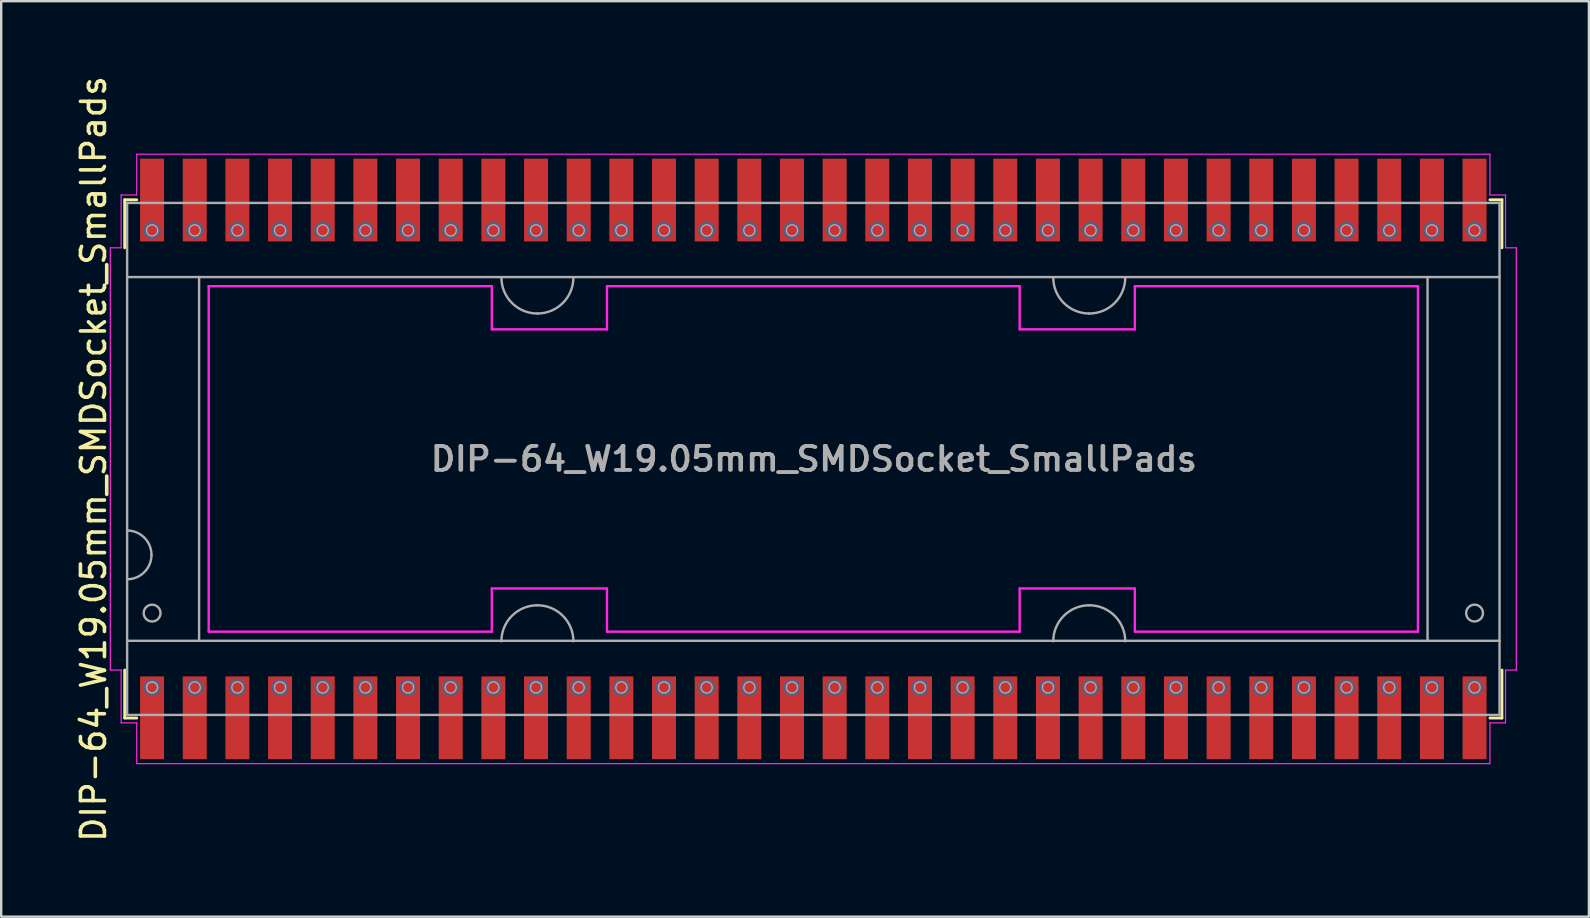
<source format=kicad_pcb>
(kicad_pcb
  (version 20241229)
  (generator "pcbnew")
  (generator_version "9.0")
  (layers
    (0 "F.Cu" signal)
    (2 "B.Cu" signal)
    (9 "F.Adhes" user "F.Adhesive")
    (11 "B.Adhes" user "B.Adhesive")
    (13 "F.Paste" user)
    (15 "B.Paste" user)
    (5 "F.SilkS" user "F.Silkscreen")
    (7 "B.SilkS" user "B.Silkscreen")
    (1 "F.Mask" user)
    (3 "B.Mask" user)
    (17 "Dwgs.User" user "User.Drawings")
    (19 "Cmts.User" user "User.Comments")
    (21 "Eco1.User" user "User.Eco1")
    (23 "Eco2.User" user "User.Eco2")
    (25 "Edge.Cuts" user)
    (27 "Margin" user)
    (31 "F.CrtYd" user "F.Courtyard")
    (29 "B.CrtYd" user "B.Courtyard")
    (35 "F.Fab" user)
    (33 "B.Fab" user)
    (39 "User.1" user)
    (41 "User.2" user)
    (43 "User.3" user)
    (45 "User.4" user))
  (footprint "DIP-64_W19.05mm_SMDSocket_SmallPads"
    (layer "F.Cu")
    (at 30.848 16.077)
    (property "Reference" "DIP-64_W19.05mm_SMDSocket_SmallPads" (at -30 0 270) (layer "F.SilkS") (effects (font (size 1 1) (thickness 0.15))))
    (attr smd)
    (fp_line (start -28.7 -10.8) (end -28.2 -10.8) (stroke (width 0.12) (type solid)) (layer "F.SilkS"))
    (fp_line (start -28.7 -8.8) (end -28.7 -10.8) (stroke (width 0.12) (type solid)) (layer "F.SilkS"))
    (fp_line (start -28.7 8.8) (end -28.7 10.8) (stroke (width 0.12) (type solid)) (layer "F.SilkS"))
    (fp_line (start -28.7 10.8) (end -28.2 10.8) (stroke (width 0.12) (type solid)) (layer "F.SilkS"))
    (fp_line (start 28.7 -10.8) (end 28.2 -10.8) (stroke (width 0.12) (type solid)) (layer "F.SilkS"))
    (fp_line (start 28.7 -8.8) (end 28.7 -10.8) (stroke (width 0.12) (type solid)) (layer "F.SilkS"))
    (fp_line (start 28.7 8.8) (end 28.7 10.8) (stroke (width 0.12) (type solid)) (layer "F.SilkS"))
    (fp_line (start 28.7 10.8) (end 28.2 10.8) (stroke (width 0.12) (type solid)) (layer "F.SilkS"))
    (fp_line (start -29 -8.5) (end 29 -8.5) (stroke (width 0.05) (type solid)) (layer "Eco1.User"))
    (fp_line (start -29 8.5) (end -29 -8.5) (stroke (width 0.05) (type solid)) (layer "Eco1.User"))
    (fp_line (start -27.559 9.065) (end -27.559 9.525) (stroke (width 0.05) (type solid)) (layer "Eco1.User"))
    (fp_line (start -27.559 11.785) (end -27.559 9.525) (stroke (width 0.1) (type solid)) (layer "Eco1.User"))
    (fp_line (start 29 -8.5) (end 29 8.5) (stroke (width 0.05) (type solid)) (layer "Eco1.User"))
    (fp_line (start 29 8.5) (end -29 8.5) (stroke (width 0.05) (type solid)) (layer "Eco1.User"))
    (fp_line (start -29.3 -8.8) (end -29.3 8.8) (stroke (width 0.05) (type solid)) (layer "F.CrtYd"))
    (fp_line (start -28.85 -11) (end -28.2 -11) (stroke (width 0.05) (type solid)) (layer "F.CrtYd"))
    (fp_line (start -28.85 -8.8) (end -29.3 -8.8) (stroke (width 0.05) (type solid)) (layer "F.CrtYd"))
    (fp_line (start -28.85 -8.8) (end -28.85 -11) (stroke (width 0.05) (type solid)) (layer "F.CrtYd"))
    (fp_line (start -28.85 8.8) (end -29.3 8.8) (stroke (width 0.05) (type solid)) (layer "F.CrtYd"))
    (fp_line (start -28.85 8.8) (end -28.85 11) (stroke (width 0.05) (type solid)) (layer "F.CrtYd"))
    (fp_line (start -28.85 11) (end -28.2 11) (stroke (width 0.05) (type solid)) (layer "F.CrtYd"))
    (fp_line (start -28.2 -12.7) (end -28.2 -11) (stroke (width 0.05) (type solid)) (layer "F.CrtYd"))
    (fp_line (start -28.2 -12.7) (end 0 -12.7) (stroke (width 0.05) (type solid)) (layer "F.CrtYd"))
    (fp_line (start -28.2 12.7) (end -28.2 11) (stroke (width 0.05) (type solid)) (layer "F.CrtYd"))
    (fp_line (start -28.2 12.7) (end 0 12.7) (stroke (width 0.05) (type solid)) (layer "F.CrtYd"))
    (fp_line (start -25.2 -7.2) (end -13.4 -7.2) (stroke (width 0.1) (type solid)) (layer "F.CrtYd"))
    (fp_line (start -25.2 7.2) (end -25.2 -7.2) (stroke (width 0.1) (type solid)) (layer "F.CrtYd"))
    (fp_line (start -13.4 -7.2) (end -13.4 -5.4) (stroke (width 0.1) (type solid)) (layer "F.CrtYd"))
    (fp_line (start -13.4 -5.4) (end -8.6 -5.4) (stroke (width 0.1) (type solid)) (layer "F.CrtYd"))
    (fp_line (start -13.4 5.4) (end -13.4 7.2) (stroke (width 0.1) (type solid)) (layer "F.CrtYd"))
    (fp_line (start -13.4 7.2) (end -25.2 7.2) (stroke (width 0.1) (type solid)) (layer "F.CrtYd"))
    (fp_line (start -8.6 -7.2) (end 8.6 -7.2) (stroke (width 0.1) (type solid)) (layer "F.CrtYd"))
    (fp_line (start -8.6 -5.4) (end -8.6 -7.2) (stroke (width 0.1) (type solid)) (layer "F.CrtYd"))
    (fp_line (start -8.6 5.4) (end -13.4 5.4) (stroke (width 0.1) (type solid)) (layer "F.CrtYd"))
    (fp_line (start -8.6 7.2) (end -8.6 5.4) (stroke (width 0.1) (type solid)) (layer "F.CrtYd"))
    (fp_line (start 8.6 -7.2) (end 8.6 -5.4) (stroke (width 0.1) (type solid)) (layer "F.CrtYd"))
    (fp_line (start 8.6 -5.4) (end 13.4 -5.4) (stroke (width 0.1) (type solid)) (layer "F.CrtYd"))
    (fp_line (start 8.6 5.4) (end 8.6 7.2) (stroke (width 0.1) (type solid)) (layer "F.CrtYd"))
    (fp_line (start 8.6 5.4) (end 13.4 5.4) (stroke (width 0.1) (type solid)) (layer "F.CrtYd"))
    (fp_line (start 8.6 7.2) (end -8.6 7.2) (stroke (width 0.1) (type solid)) (layer "F.CrtYd"))
    (fp_line (start 13.4 -7.2) (end 25.2 -7.2) (stroke (width 0.1) (type solid)) (layer "F.CrtYd"))
    (fp_line (start 13.4 -5.4) (end 13.4 -7.2) (stroke (width 0.1) (type solid)) (layer "F.CrtYd"))
    (fp_line (start 13.4 7.2) (end 13.4 5.4) (stroke (width 0.1) (type solid)) (layer "F.CrtYd"))
    (fp_line (start 25.2 -7.2) (end 25.2 7.2) (stroke (width 0.1) (type solid)) (layer "F.CrtYd"))
    (fp_line (start 25.2 7.2) (end 13.4 7.2) (stroke (width 0.1) (type solid)) (layer "F.CrtYd"))
    (fp_line (start 28.2 -12.7) (end 0 -12.7) (stroke (width 0.05) (type solid)) (layer "F.CrtYd"))
    (fp_line (start 28.2 -12.7) (end 28.2 -11) (stroke (width 0.05) (type solid)) (layer "F.CrtYd"))
    (fp_line (start 28.2 12.7) (end 0 12.7) (stroke (width 0.05) (type solid)) (layer "F.CrtYd"))
    (fp_line (start 28.2 12.7) (end 28.2 11) (stroke (width 0.05) (type solid)) (layer "F.CrtYd"))
    (fp_line (start 28.85 -11) (end 28.2 -11) (stroke (width 0.05) (type solid)) (layer "F.CrtYd"))
    (fp_line (start 28.85 -8.8) (end 28.85 -11) (stroke (width 0.05) (type solid)) (layer "F.CrtYd"))
    (fp_line (start 28.85 -8.8) (end 29.3 -8.8) (stroke (width 0.05) (type solid)) (layer "F.CrtYd"))
    (fp_line (start 28.85 8.8) (end 28.85 11) (stroke (width 0.05) (type solid)) (layer "F.CrtYd"))
    (fp_line (start 28.85 8.8) (end 29.3 8.8) (stroke (width 0.05) (type solid)) (layer "F.CrtYd"))
    (fp_line (start 28.85 11) (end 28.2 11) (stroke (width 0.05) (type solid)) (layer "F.CrtYd"))
    (fp_line (start 29.3 8.8) (end 29.3 -8.8) (stroke (width 0.05) (type solid)) (layer "F.CrtYd"))
    (fp_circle (center -27.559 -9.525) (end -27.249 -9.525) (stroke (width 0.1) (type solid)) (fill no) (layer "B.Fab"))
    (fp_circle (center -27.559 9.525) (end -27.249 9.525) (stroke (width 0.1) (type solid)) (fill no) (layer "B.Fab"))
    (fp_circle (center -25.781 -9.525) (end -25.471 -9.525) (stroke (width 0.1) (type solid)) (fill no) (layer "B.Fab"))
    (fp_circle (center -25.781 9.525) (end -25.471 9.525) (stroke (width 0.1) (type solid)) (fill no) (layer "B.Fab"))
    (fp_circle (center -24.003 -9.525) (end -23.693 -9.525) (stroke (width 0.1) (type solid)) (fill no) (layer "B.Fab"))
    (fp_circle (center -24.003 9.525) (end -23.693 9.525) (stroke (width 0.1) (type solid)) (fill no) (layer "B.Fab"))
    (fp_circle (center -22.225 -9.525) (end -21.915 -9.525) (stroke (width 0.1) (type solid)) (fill no) (layer "B.Fab"))
    (fp_circle (center -22.225 9.525) (end -21.915 9.525) (stroke (width 0.1) (type solid)) (fill no) (layer "B.Fab"))
    (fp_circle (center -20.447 -9.525) (end -20.137 -9.525) (stroke (width 0.1) (type solid)) (fill no) (layer "B.Fab"))
    (fp_circle (center -20.447 9.525) (end -20.137 9.525) (stroke (width 0.1) (type solid)) (fill no) (layer "B.Fab"))
    (fp_circle (center -18.669 -9.525) (end -18.359 -9.525) (stroke (width 0.1) (type solid)) (fill no) (layer "B.Fab"))
    (fp_circle (center -18.669 9.525) (end -18.359 9.525) (stroke (width 0.1) (type solid)) (fill no) (layer "B.Fab"))
    (fp_circle (center -16.891 -9.525) (end -16.581 -9.525) (stroke (width 0.1) (type solid)) (fill no) (layer "B.Fab"))
    (fp_circle (center -16.891 9.525) (end -16.581 9.525) (stroke (width 0.1) (type solid)) (fill no) (layer "B.Fab"))
    (fp_circle (center -15.113 -9.525) (end -14.803 -9.525) (stroke (width 0.1) (type solid)) (fill no) (layer "B.Fab"))
    (fp_circle (center -15.113 9.525) (end -14.803 9.525) (stroke (width 0.1) (type solid)) (fill no) (layer "B.Fab"))
    (fp_circle (center -13.335 -9.525) (end -13.025 -9.525) (stroke (width 0.1) (type solid)) (fill no) (layer "B.Fab"))
    (fp_circle (center -13.335 9.525) (end -13.025 9.525) (stroke (width 0.1) (type solid)) (fill no) (layer "B.Fab"))
    (fp_circle (center -11.557 -9.525) (end -11.247 -9.525) (stroke (width 0.1) (type solid)) (fill no) (layer "B.Fab"))
    (fp_circle (center -11.557 9.525) (end -11.247 9.525) (stroke (width 0.1) (type solid)) (fill no) (layer "B.Fab"))
    (fp_circle (center -9.779 -9.525) (end -9.469 -9.525) (stroke (width 0.1) (type solid)) (fill no) (layer "B.Fab"))
    (fp_circle (center -9.779 9.525) (end -9.469 9.525) (stroke (width 0.1) (type solid)) (fill no) (layer "B.Fab"))
    (fp_circle (center -8.001 -9.525) (end -7.691 -9.525) (stroke (width 0.1) (type solid)) (fill no) (layer "B.Fab"))
    (fp_circle (center -8.001 9.525) (end -7.691 9.525) (stroke (width 0.1) (type solid)) (fill no) (layer "B.Fab"))
    (fp_circle (center -6.223 -9.525) (end -5.913 -9.525) (stroke (width 0.1) (type solid)) (fill no) (layer "B.Fab"))
    (fp_circle (center -6.223 9.525) (end -5.913 9.525) (stroke (width 0.1) (type solid)) (fill no) (layer "B.Fab"))
    (fp_circle (center -4.445 -9.525) (end -4.135 -9.525) (stroke (width 0.1) (type solid)) (fill no) (layer "B.Fab"))
    (fp_circle (center -4.445 9.525) (end -4.135 9.525) (stroke (width 0.1) (type solid)) (fill no) (layer "B.Fab"))
    (fp_circle (center -2.667 -9.525) (end -2.357 -9.525) (stroke (width 0.1) (type solid)) (fill no) (layer "B.Fab"))
    (fp_circle (center -2.667 9.525) (end -2.357 9.525) (stroke (width 0.1) (type solid)) (fill no) (layer "B.Fab"))
    (fp_circle (center -0.889 -9.525) (end -0.579 -9.525) (stroke (width 0.1) (type solid)) (fill no) (layer "B.Fab"))
    (fp_circle (center -0.889 9.525) (end -0.579 9.525) (stroke (width 0.1) (type solid)) (fill no) (layer "B.Fab"))
    (fp_circle (center 0.889 -9.525) (end 1.199 -9.525) (stroke (width 0.1) (type solid)) (fill no) (layer "B.Fab"))
    (fp_circle (center 0.889 9.525) (end 1.199 9.525) (stroke (width 0.1) (type solid)) (fill no) (layer "B.Fab"))
    (fp_circle (center 2.667 -9.525) (end 2.977 -9.525) (stroke (width 0.1) (type solid)) (fill no) (layer "B.Fab"))
    (fp_circle (center 2.667 9.525) (end 2.977 9.525) (stroke (width 0.1) (type solid)) (fill no) (layer "B.Fab"))
    (fp_circle (center 4.445 -9.525) (end 4.755 -9.525) (stroke (width 0.1) (type solid)) (fill no) (layer "B.Fab"))
    (fp_circle (center 4.445 9.525) (end 4.755 9.525) (stroke (width 0.1) (type solid)) (fill no) (layer "B.Fab"))
    (fp_circle (center 6.223 -9.525) (end 6.533 -9.525) (stroke (width 0.1) (type solid)) (fill no) (layer "B.Fab"))
    (fp_circle (center 6.223 9.525) (end 6.533 9.525) (stroke (width 0.1) (type solid)) (fill no) (layer "B.Fab"))
    (fp_circle (center 8.001 -9.525) (end 8.311 -9.525) (stroke (width 0.1) (type solid)) (fill no) (layer "B.Fab"))
    (fp_circle (center 8.001 9.525) (end 8.311 9.525) (stroke (width 0.1) (type solid)) (fill no) (layer "B.Fab"))
    (fp_circle (center 9.779 -9.525) (end 10.089 -9.525) (stroke (width 0.1) (type solid)) (fill no) (layer "B.Fab"))
    (fp_circle (center 9.779 9.525) (end 10.089 9.525) (stroke (width 0.1) (type solid)) (fill no) (layer "B.Fab"))
    (fp_circle (center 11.557 -9.525) (end 11.867 -9.525) (stroke (width 0.1) (type solid)) (fill no) (layer "B.Fab"))
    (fp_circle (center 11.557 9.525) (end 11.867 9.525) (stroke (width 0.1) (type solid)) (fill no) (layer "B.Fab"))
    (fp_circle (center 13.335 -9.525) (end 13.645 -9.525) (stroke (width 0.1) (type solid)) (fill no) (layer "B.Fab"))
    (fp_circle (center 13.335 9.525) (end 13.645 9.525) (stroke (width 0.1) (type solid)) (fill no) (layer "B.Fab"))
    (fp_circle (center 15.113 -9.525) (end 15.423 -9.525) (stroke (width 0.1) (type solid)) (fill no) (layer "B.Fab"))
    (fp_circle (center 15.113 9.525) (end 15.423 9.525) (stroke (width 0.1) (type solid)) (fill no) (layer "B.Fab"))
    (fp_circle (center 16.891 -9.525) (end 17.201 -9.525) (stroke (width 0.1) (type solid)) (fill no) (layer "B.Fab"))
    (fp_circle (center 16.891 9.525) (end 17.201 9.525) (stroke (width 0.1) (type solid)) (fill no) (layer "B.Fab"))
    (fp_circle (center 18.669 -9.525) (end 18.979 -9.525) (stroke (width 0.1) (type solid)) (fill no) (layer "B.Fab"))
    (fp_circle (center 18.669 9.525) (end 18.979 9.525) (stroke (width 0.1) (type solid)) (fill no) (layer "B.Fab"))
    (fp_circle (center 20.447 -9.525) (end 20.757 -9.525) (stroke (width 0.1) (type solid)) (fill no) (layer "B.Fab"))
    (fp_circle (center 20.447 9.525) (end 20.757 9.525) (stroke (width 0.1) (type solid)) (fill no) (layer "B.Fab"))
    (fp_circle (center 22.225 -9.525) (end 22.535 -9.525) (stroke (width 0.1) (type solid)) (fill no) (layer "B.Fab"))
    (fp_circle (center 22.225 9.525) (end 22.535 9.525) (stroke (width 0.1) (type solid)) (fill no) (layer "B.Fab"))
    (fp_circle (center 24.003 -9.525) (end 24.313 -9.525) (stroke (width 0.1) (type solid)) (fill no) (layer "B.Fab"))
    (fp_circle (center 24.003 9.525) (end 24.313 9.525) (stroke (width 0.1) (type solid)) (fill no) (layer "B.Fab"))
    (fp_circle (center 25.781 -9.525) (end 26.091 -9.525) (stroke (width 0.1) (type solid)) (fill no) (layer "B.Fab"))
    (fp_circle (center 25.781 9.525) (end 26.091 9.525) (stroke (width 0.1) (type solid)) (fill no) (layer "B.Fab"))
    (fp_circle (center 27.559 -9.525) (end 27.869 -9.525) (stroke (width 0.1) (type solid)) (fill no) (layer "B.Fab"))
    (fp_circle (center 27.559 9.525) (end 27.869 9.525) (stroke (width 0.1) (type solid)) (fill no) (layer "B.Fab"))
    (fp_line (start -28.6 -10.67) (end 28.6 -10.67) (stroke (width 0.1) (type solid)) (layer "F.Fab"))
    (fp_line (start -28.6 -7.58) (end -25.6 -7.58) (stroke (width 0.1) (type solid)) (layer "F.Fab"))
    (fp_line (start -28.6 10.67) (end -28.6 -10.67) (stroke (width 0.1) (type solid)) (layer "F.Fab"))
    (fp_line (start -25.6 -7.58) (end 28.6 -7.58) (stroke (width 0.1) (type solid)) (layer "F.Fab"))
    (fp_line (start -25.6 7.58) (end -25.6 -7.58) (stroke (width 0.1) (type solid)) (layer "F.Fab"))
    (fp_line (start 25.6 -7.58) (end 25.6 7.58) (stroke (width 0.1) (type solid)) (layer "F.Fab"))
    (fp_line (start 28.6 -10.67) (end 28.6 10.67) (stroke (width 0.1) (type solid)) (layer "F.Fab"))
    (fp_line (start 28.6 7.58) (end -28.6 7.58) (stroke (width 0.1) (type solid)) (layer "F.Fab"))
    (fp_line (start 28.6 10.67) (end -28.6 10.67) (stroke (width 0.1) (type solid)) (layer "F.Fab"))
    (fp_arc (start -28.6005 2.984) (mid -27.88208 3.28158) (end -27.5845 4) (stroke (width 0.1) (type solid)) (layer "F.Fab"))
    (fp_arc (start -27.5845 4) (mid -27.88208 4.71842) (end -28.6005 5.016) (stroke (width 0.1) (type solid)) (layer "F.Fab"))
    (fp_arc (start -13.000001 7.599999) (mid -12.560661 6.539339) (end -11.500001 6.099999) (stroke (width 0.1) (type solid)) (layer "F.Fab"))
    (fp_arc (start -11.500001 6.099999) (mid -10.439341 6.539339) (end -10.000001 7.599999) (stroke (width 0.1) (type solid)) (layer "F.Fab"))
    (fp_arc (start -11.499999 -6.06) (mid -12.560659 -6.49934) (end -12.999999 -7.56) (stroke (width 0.1) (type solid)) (layer "F.Fab"))
    (fp_arc (start -9.999999 -7.56) (mid -10.439339 -6.49934) (end -11.499999 -6.06) (stroke (width 0.1) (type solid)) (layer "F.Fab"))
    (fp_arc (start 9.999999 7.599999) (mid 10.439339 6.539339) (end 11.499999 6.099999) (stroke (width 0.1) (type solid)) (layer "F.Fab"))
    (fp_arc (start 11.499999 6.099999) (mid 12.560661 6.539338) (end 12.999999 7.599999) (stroke (width 0.1) (type solid)) (layer "F.Fab"))
    (fp_arc (start 11.500001 -6.06) (mid 10.439341 -6.49934) (end 10.000001 -7.56) (stroke (width 0.1) (type solid)) (layer "F.Fab"))
    (fp_arc (start 13.000001 -7.56) (mid 12.560661 -6.49934) (end 11.500001 -6.06) (stroke (width 0.1) (type solid)) (layer "F.Fab"))
    (fp_circle (center -27.559 -9.525) (end -27.304 -9.525) (stroke (width 0.1) (type solid)) (fill no) (layer "F.Fab"))
    (fp_circle (center -27.559 6.425) (end -27.209 6.425) (stroke (width 0.1) (type solid)) (fill no) (layer "F.Fab"))
    (fp_circle (center -27.559 9.525) (end -27.304 9.525) (stroke (width 0.1) (type solid)) (fill no) (layer "F.Fab"))
    (fp_circle (center -27.559 9.525) (end -27.304 9.525) (stroke (width 0.1) (type solid)) (fill no) (layer "F.Fab"))
    (fp_circle (center -25.781 -9.525) (end -25.526 -9.525) (stroke (width 0.1) (type solid)) (fill no) (layer "F.Fab"))
    (fp_circle (center -25.781 9.525) (end -25.526 9.525) (stroke (width 0.1) (type solid)) (fill no) (layer "F.Fab"))
    (fp_circle (center -24.003 -9.525) (end -23.748 -9.525) (stroke (width 0.1) (type solid)) (fill no) (layer "F.Fab"))
    (fp_circle (center -24.003 9.525) (end -23.748 9.525) (stroke (width 0.1) (type solid)) (fill no) (layer "F.Fab"))
    (fp_circle (center -22.225 -9.525) (end -21.97 -9.525) (stroke (width 0.1) (type solid)) (fill no) (layer "F.Fab"))
    (fp_circle (center -22.225 9.525) (end -21.97 9.525) (stroke (width 0.1) (type solid)) (fill no) (layer "F.Fab"))
    (fp_circle (center -20.447 -9.525) (end -20.192 -9.525) (stroke (width 0.1) (type solid)) (fill no) (layer "F.Fab"))
    (fp_circle (center -20.447 9.525) (end -20.192 9.525) (stroke (width 0.1) (type solid)) (fill no) (layer "F.Fab"))
    (fp_circle (center -18.669 -9.525) (end -18.414 -9.525) (stroke (width 0.1) (type solid)) (fill no) (layer "F.Fab"))
    (fp_circle (center -18.669 9.525) (end -18.414 9.525) (stroke (width 0.1) (type solid)) (fill no) (layer "F.Fab"))
    (fp_circle (center -16.891 -9.525) (end -16.636 -9.525) (stroke (width 0.1) (type solid)) (fill no) (layer "F.Fab"))
    (fp_circle (center -16.891 9.525) (end -16.636 9.525) (stroke (width 0.1) (type solid)) (fill no) (layer "F.Fab"))
    (fp_circle (center -15.113 -9.525) (end -14.858 -9.525) (stroke (width 0.1) (type solid)) (fill no) (layer "F.Fab"))
    (fp_circle (center -15.113 9.525) (end -14.858 9.525) (stroke (width 0.1) (type solid)) (fill no) (layer "F.Fab"))
    (fp_circle (center -13.335 -9.525) (end -13.08 -9.525) (stroke (width 0.1) (type solid)) (fill no) (layer "F.Fab"))
    (fp_circle (center -13.335 9.525) (end -13.08 9.525) (stroke (width 0.1) (type solid)) (fill no) (layer "F.Fab"))
    (fp_circle (center -11.557 -9.525) (end -11.302 -9.525) (stroke (width 0.1) (type solid)) (fill no) (layer "F.Fab"))
    (fp_circle (center -11.557 9.525) (end -11.302 9.525) (stroke (width 0.1) (type solid)) (fill no) (layer "F.Fab"))
    (fp_circle (center -9.779 -9.525) (end -9.524 -9.525) (stroke (width 0.1) (type solid)) (fill no) (layer "F.Fab"))
    (fp_circle (center -9.779 9.525) (end -9.524 9.525) (stroke (width 0.1) (type solid)) (fill no) (layer "F.Fab"))
    (fp_circle (center -8.001 -9.525) (end -7.746 -9.525) (stroke (width 0.1) (type solid)) (fill no) (layer "F.Fab"))
    (fp_circle (center -8.001 9.525) (end -7.746 9.525) (stroke (width 0.1) (type solid)) (fill no) (layer "F.Fab"))
    (fp_circle (center -6.223 -9.525) (end -5.968 -9.525) (stroke (width 0.1) (type solid)) (fill no) (layer "F.Fab"))
    (fp_circle (center -6.223 9.525) (end -5.968 9.525) (stroke (width 0.1) (type solid)) (fill no) (layer "F.Fab"))
    (fp_circle (center -4.445 -9.525) (end -4.19 -9.525) (stroke (width 0.1) (type solid)) (fill no) (layer "F.Fab"))
    (fp_circle (center -4.445 9.525) (end -4.19 9.525) (stroke (width 0.1) (type solid)) (fill no) (layer "F.Fab"))
    (fp_circle (center -2.667 -9.525) (end -2.412 -9.525) (stroke (width 0.1) (type solid)) (fill no) (layer "F.Fab"))
    (fp_circle (center -2.667 9.525) (end -2.412 9.525) (stroke (width 0.1) (type solid)) (fill no) (layer "F.Fab"))
    (fp_circle (center -0.889 -9.525) (end -0.634 -9.525) (stroke (width 0.1) (type solid)) (fill no) (layer "F.Fab"))
    (fp_circle (center -0.889 9.525) (end -0.634 9.525) (stroke (width 0.1) (type solid)) (fill no) (layer "F.Fab"))
    (fp_circle (center 0.889 -9.525) (end 1.144 -9.525) (stroke (width 0.1) (type solid)) (fill no) (layer "F.Fab"))
    (fp_circle (center 0.889 9.525) (end 1.144 9.525) (stroke (width 0.1) (type solid)) (fill no) (layer "F.Fab"))
    (fp_circle (center 2.667 -9.525) (end 2.922 -9.525) (stroke (width 0.1) (type solid)) (fill no) (layer "F.Fab"))
    (fp_circle (center 2.667 9.525) (end 2.922 9.525) (stroke (width 0.1) (type solid)) (fill no) (layer "F.Fab"))
    (fp_circle (center 4.445 -9.525) (end 4.7 -9.525) (stroke (width 0.1) (type solid)) (fill no) (layer "F.Fab"))
    (fp_circle (center 4.445 9.525) (end 4.7 9.525) (stroke (width 0.1) (type solid)) (fill no) (layer "F.Fab"))
    (fp_circle (center 6.223 -9.525) (end 6.478 -9.525) (stroke (width 0.1) (type solid)) (fill no) (layer "F.Fab"))
    (fp_circle (center 6.223 9.525) (end 6.478 9.525) (stroke (width 0.1) (type solid)) (fill no) (layer "F.Fab"))
    (fp_circle (center 8.001 -9.525) (end 8.256 -9.525) (stroke (width 0.1) (type solid)) (fill no) (layer "F.Fab"))
    (fp_circle (center 8.001 9.525) (end 8.256 9.525) (stroke (width 0.1) (type solid)) (fill no) (layer "F.Fab"))
    (fp_circle (center 9.779 -9.525) (end 10.034 -9.525) (stroke (width 0.1) (type solid)) (fill no) (layer "F.Fab"))
    (fp_circle (center 9.779 9.525) (end 10.034 9.525) (stroke (width 0.1) (type solid)) (fill no) (layer "F.Fab"))
    (fp_circle (center 11.557 -9.525) (end 11.812 -9.525) (stroke (width 0.1) (type solid)) (fill no) (layer "F.Fab"))
    (fp_circle (center 11.557 9.525) (end 11.812 9.525) (stroke (width 0.1) (type solid)) (fill no) (layer "F.Fab"))
    (fp_circle (center 13.335 -9.525) (end 13.59 -9.525) (stroke (width 0.1) (type solid)) (fill no) (layer "F.Fab"))
    (fp_circle (center 13.335 9.525) (end 13.59 9.525) (stroke (width 0.1) (type solid)) (fill no) (layer "F.Fab"))
    (fp_circle (center 15.113 -9.525) (end 15.368 -9.525) (stroke (width 0.1) (type solid)) (fill no) (layer "F.Fab"))
    (fp_circle (center 15.113 9.525) (end 15.368 9.525) (stroke (width 0.1) (type solid)) (fill no) (layer "F.Fab"))
    (fp_circle (center 16.891 -9.525) (end 17.146 -9.525) (stroke (width 0.1) (type solid)) (fill no) (layer "F.Fab"))
    (fp_circle (center 16.891 9.525) (end 17.146 9.525) (stroke (width 0.1) (type solid)) (fill no) (layer "F.Fab"))
    (fp_circle (center 18.669 -9.525) (end 18.924 -9.525) (stroke (width 0.1) (type solid)) (fill no) (layer "F.Fab"))
    (fp_circle (center 18.669 9.525) (end 18.924 9.525) (stroke (width 0.1) (type solid)) (fill no) (layer "F.Fab"))
    (fp_circle (center 20.447 -9.525) (end 20.702 -9.525) (stroke (width 0.1) (type solid)) (fill no) (layer "F.Fab"))
    (fp_circle (center 20.447 9.525) (end 20.702 9.525) (stroke (width 0.1) (type solid)) (fill no) (layer "F.Fab"))
    (fp_circle (center 22.225 -9.525) (end 22.48 -9.525) (stroke (width 0.1) (type solid)) (fill no) (layer "F.Fab"))
    (fp_circle (center 22.225 9.525) (end 22.48 9.525) (stroke (width 0.1) (type solid)) (fill no) (layer "F.Fab"))
    (fp_circle (center 24.003 -9.525) (end 24.258 -9.525) (stroke (width 0.1) (type solid)) (fill no) (layer "F.Fab"))
    (fp_circle (center 24.003 9.525) (end 24.258 9.525) (stroke (width 0.1) (type solid)) (fill no) (layer "F.Fab"))
    (fp_circle (center 25.781 -9.525) (end 26.036 -9.525) (stroke (width 0.1) (type solid)) (fill no) (layer "F.Fab"))
    (fp_circle (center 25.781 9.525) (end 26.036 9.525) (stroke (width 0.1) (type solid)) (fill no) (layer "F.Fab"))
    (fp_circle (center 27.559 -9.525) (end 27.814 -9.525) (stroke (width 0.1) (type solid)) (fill no) (layer "F.Fab"))
    (fp_circle (center 27.559 6.425) (end 27.909 6.425) (stroke (width 0.1) (type solid)) (fill no) (layer "F.Fab"))
    (fp_circle (center 27.559 9.525) (end 27.814 9.525) (stroke (width 0.1) (type solid)) (fill no) (layer "F.Fab"))
    (fp_text user "${REFERENCE}" (at 0 0 0) (layer "F.Fab") (effects (font (size 1 1) (thickness 0.15))))
    (fp_text user "${REFERENCE}" (at 0.043 0 0) (layer "F.Fab") (effects (font (size 1 1) (thickness 0.15))))
    (pad "1" smd rect (at -27.559 10.79) (size 1 3.45) (layers "F.Cu" "F.Mask" "F.Paste"))
    (pad "2" smd rect (at -25.781 10.79) (size 1 3.45) (layers "F.Cu" "F.Mask" "F.Paste"))
    (pad "3" smd rect (at -24.003 10.79) (size 1 3.45) (layers "F.Cu" "F.Mask" "F.Paste"))
    (pad "4" smd rect (at -22.225 10.79) (size 1 3.45) (layers "F.Cu" "F.Mask" "F.Paste"))
    (pad "5" smd rect (at -20.447 10.79) (size 1 3.45) (layers "F.Cu" "F.Mask" "F.Paste"))
    (pad "6" smd rect (at -18.669 10.79) (size 1 3.45) (layers "F.Cu" "F.Mask" "F.Paste"))
    (pad "7" smd rect (at -16.891 10.79) (size 1 3.45) (layers "F.Cu" "F.Mask" "F.Paste"))
    (pad "8" smd rect (at -15.113 10.79) (size 1 3.45) (layers "F.Cu" "F.Mask" "F.Paste"))
    (pad "9" smd rect (at -13.335 10.79) (size 1 3.45) (layers "F.Cu" "F.Mask" "F.Paste"))
    (pad "10" smd rect (at -11.557 10.79) (size 1 3.45) (layers "F.Cu" "F.Mask" "F.Paste"))
    (pad "11" smd rect (at -9.779 10.79) (size 1 3.45) (layers "F.Cu" "F.Mask" "F.Paste"))
    (pad "12" smd rect (at -8.001 10.79) (size 1 3.45) (layers "F.Cu" "F.Mask" "F.Paste"))
    (pad "13" smd rect (at -6.223 10.79) (size 1 3.45) (layers "F.Cu" "F.Mask" "F.Paste"))
    (pad "14" smd rect (at -4.445 10.79) (size 1 3.45) (layers "F.Cu" "F.Mask" "F.Paste"))
    (pad "15" smd rect (at -2.667 10.79) (size 1 3.45) (layers "F.Cu" "F.Mask" "F.Paste"))
    (pad "16" smd rect (at -0.889 10.79) (size 1 3.45) (layers "F.Cu" "F.Mask" "F.Paste"))
    (pad "17" smd rect (at 0.889 10.79) (size 1 3.45) (layers "F.Cu" "F.Mask" "F.Paste"))
    (pad "18" smd rect (at 2.667 10.79) (size 1 3.45) (layers "F.Cu" "F.Mask" "F.Paste"))
    (pad "19" smd rect (at 4.445 10.79) (size 1 3.45) (layers "F.Cu" "F.Mask" "F.Paste"))
    (pad "20" smd rect (at 6.223 10.79) (size 1 3.45) (layers "F.Cu" "F.Mask" "F.Paste"))
    (pad "21" smd rect (at 8.001 10.79) (size 1 3.45) (layers "F.Cu" "F.Mask" "F.Paste"))
    (pad "22" smd rect (at 9.779 10.79) (size 1 3.45) (layers "F.Cu" "F.Mask" "F.Paste"))
    (pad "23" smd rect (at 11.557 10.79) (size 1 3.45) (layers "F.Cu" "F.Mask" "F.Paste"))
    (pad "24" smd rect (at 13.335 10.79) (size 1 3.45) (layers "F.Cu" "F.Mask" "F.Paste"))
    (pad "25" smd rect (at 15.113 10.79) (size 1 3.45) (layers "F.Cu" "F.Mask" "F.Paste"))
    (pad "26" smd rect (at 16.891 10.79) (size 1 3.45) (layers "F.Cu" "F.Mask" "F.Paste"))
    (pad "27" smd rect (at 18.669 10.79) (size 1 3.45) (layers "F.Cu" "F.Mask" "F.Paste"))
    (pad "28" smd rect (at 20.447 10.79) (size 1 3.45) (layers "F.Cu" "F.Mask" "F.Paste"))
    (pad "29" smd rect (at 22.225 10.79) (size 1 3.45) (layers "F.Cu" "F.Mask" "F.Paste"))
    (pad "30" smd rect (at 24.003 10.79) (size 1 3.45) (layers "F.Cu" "F.Mask" "F.Paste"))
    (pad "31" smd rect (at 25.781 10.79) (size 1 3.45) (layers "F.Cu" "F.Mask" "F.Paste"))
    (pad "32" smd rect (at 27.559 10.79) (size 1 3.45) (layers "F.Cu" "F.Mask" "F.Paste"))
    (pad "33" smd rect (at 27.559 -10.79 180) (size 1 3.45) (layers "F.Cu" "F.Mask" "F.Paste"))
    (pad "34" smd rect (at 25.781 -10.79 180) (size 1 3.45) (layers "F.Cu" "F.Mask" "F.Paste"))
    (pad "35" smd rect (at 24.003 -10.79 180) (size 1 3.45) (layers "F.Cu" "F.Mask" "F.Paste"))
    (pad "36" smd rect (at 22.225 -10.79 180) (size 1 3.45) (layers "F.Cu" "F.Mask" "F.Paste"))
    (pad "37" smd rect (at 20.447 -10.79 180) (size 1 3.45) (layers "F.Cu" "F.Mask" "F.Paste"))
    (pad "38" smd rect (at 18.669 -10.79 180) (size 1 3.45) (layers "F.Cu" "F.Mask" "F.Paste"))
    (pad "39" smd rect (at 16.891 -10.79 180) (size 1 3.45) (layers "F.Cu" "F.Mask" "F.Paste"))
    (pad "40" smd rect (at 15.113 -10.79 180) (size 1 3.45) (layers "F.Cu" "F.Mask" "F.Paste"))
    (pad "41" smd rect (at 13.335 -10.79 180) (size 1 3.45) (layers "F.Cu" "F.Mask" "F.Paste"))
    (pad "42" smd rect (at 11.557 -10.79 180) (size 1 3.45) (layers "F.Cu" "F.Mask" "F.Paste"))
    (pad "43" smd rect (at 9.779 -10.79 180) (size 1 3.45) (layers "F.Cu" "F.Mask" "F.Paste"))
    (pad "44" smd rect (at 8.001 -10.79 180) (size 1 3.45) (layers "F.Cu" "F.Mask" "F.Paste"))
    (pad "45" smd rect (at 6.223 -10.79 180) (size 1 3.45) (layers "F.Cu" "F.Mask" "F.Paste"))
    (pad "46" smd rect (at 4.445 -10.79 180) (size 1 3.45) (layers "F.Cu" "F.Mask" "F.Paste"))
    (pad "47" smd rect (at 2.667 -10.79 180) (size 1 3.45) (layers "F.Cu" "F.Mask" "F.Paste"))
    (pad "48" smd rect (at 0.889 -10.79 180) (size 1 3.45) (layers "F.Cu" "F.Mask" "F.Paste"))
    (pad "49" smd rect (at -0.889 -10.79 180) (size 1 3.45) (layers "F.Cu" "F.Mask" "F.Paste"))
    (pad "50" smd rect (at -2.667 -10.79 180) (size 1 3.45) (layers "F.Cu" "F.Mask" "F.Paste"))
    (pad "51" smd rect (at -4.445 -10.79 180) (size 1 3.45) (layers "F.Cu" "F.Mask" "F.Paste"))
    (pad "52" smd rect (at -6.223 -10.79 180) (size 1 3.45) (layers "F.Cu" "F.Mask" "F.Paste"))
    (pad "53" smd rect (at -8.001 -10.79 180) (size 1 3.45) (layers "F.Cu" "F.Mask" "F.Paste"))
    (pad "54" smd rect (at -9.779 -10.79 180) (size 1 3.45) (layers "F.Cu" "F.Mask" "F.Paste"))
    (pad "55" smd rect (at -11.557 -10.79 180) (size 1 3.45) (layers "F.Cu" "F.Mask" "F.Paste"))
    (pad "56" smd rect (at -13.335 -10.79 180) (size 1 3.45) (layers "F.Cu" "F.Mask" "F.Paste"))
    (pad "57" smd rect (at -15.113 -10.79 180) (size 1 3.45) (layers "F.Cu" "F.Mask" "F.Paste"))
    (pad "58" smd rect (at -16.891 -10.79 180) (size 1 3.45) (layers "F.Cu" "F.Mask" "F.Paste"))
    (pad "59" smd rect (at -18.669 -10.79 180) (size 1 3.45) (layers "F.Cu" "F.Mask" "F.Paste"))
    (pad "60" smd rect (at -20.447 -10.79 180) (size 1 3.45) (layers "F.Cu" "F.Mask" "F.Paste"))
    (pad "61" smd rect (at -22.225 -10.79 180) (size 1 3.45) (layers "F.Cu" "F.Mask" "F.Paste"))
    (pad "62" smd rect (at -24.003 -10.79 180) (size 1 3.45) (layers "F.Cu" "F.Mask" "F.Paste"))
    (pad "63" smd rect (at -25.781 -10.79 180) (size 1 3.45) (layers "F.Cu" "F.Mask" "F.Paste"))
    (pad "64" smd rect (at -27.559 -10.79 180) (size 1 3.45) (layers "F.Cu" "F.Mask" "F.Paste")))
  (gr_rect
    (start -3 -3)
    (end 63.173 35.155)
    (stroke (width 0.1) (type default))
    (fill no)
    (layer "Edge.Cuts")))
</source>
